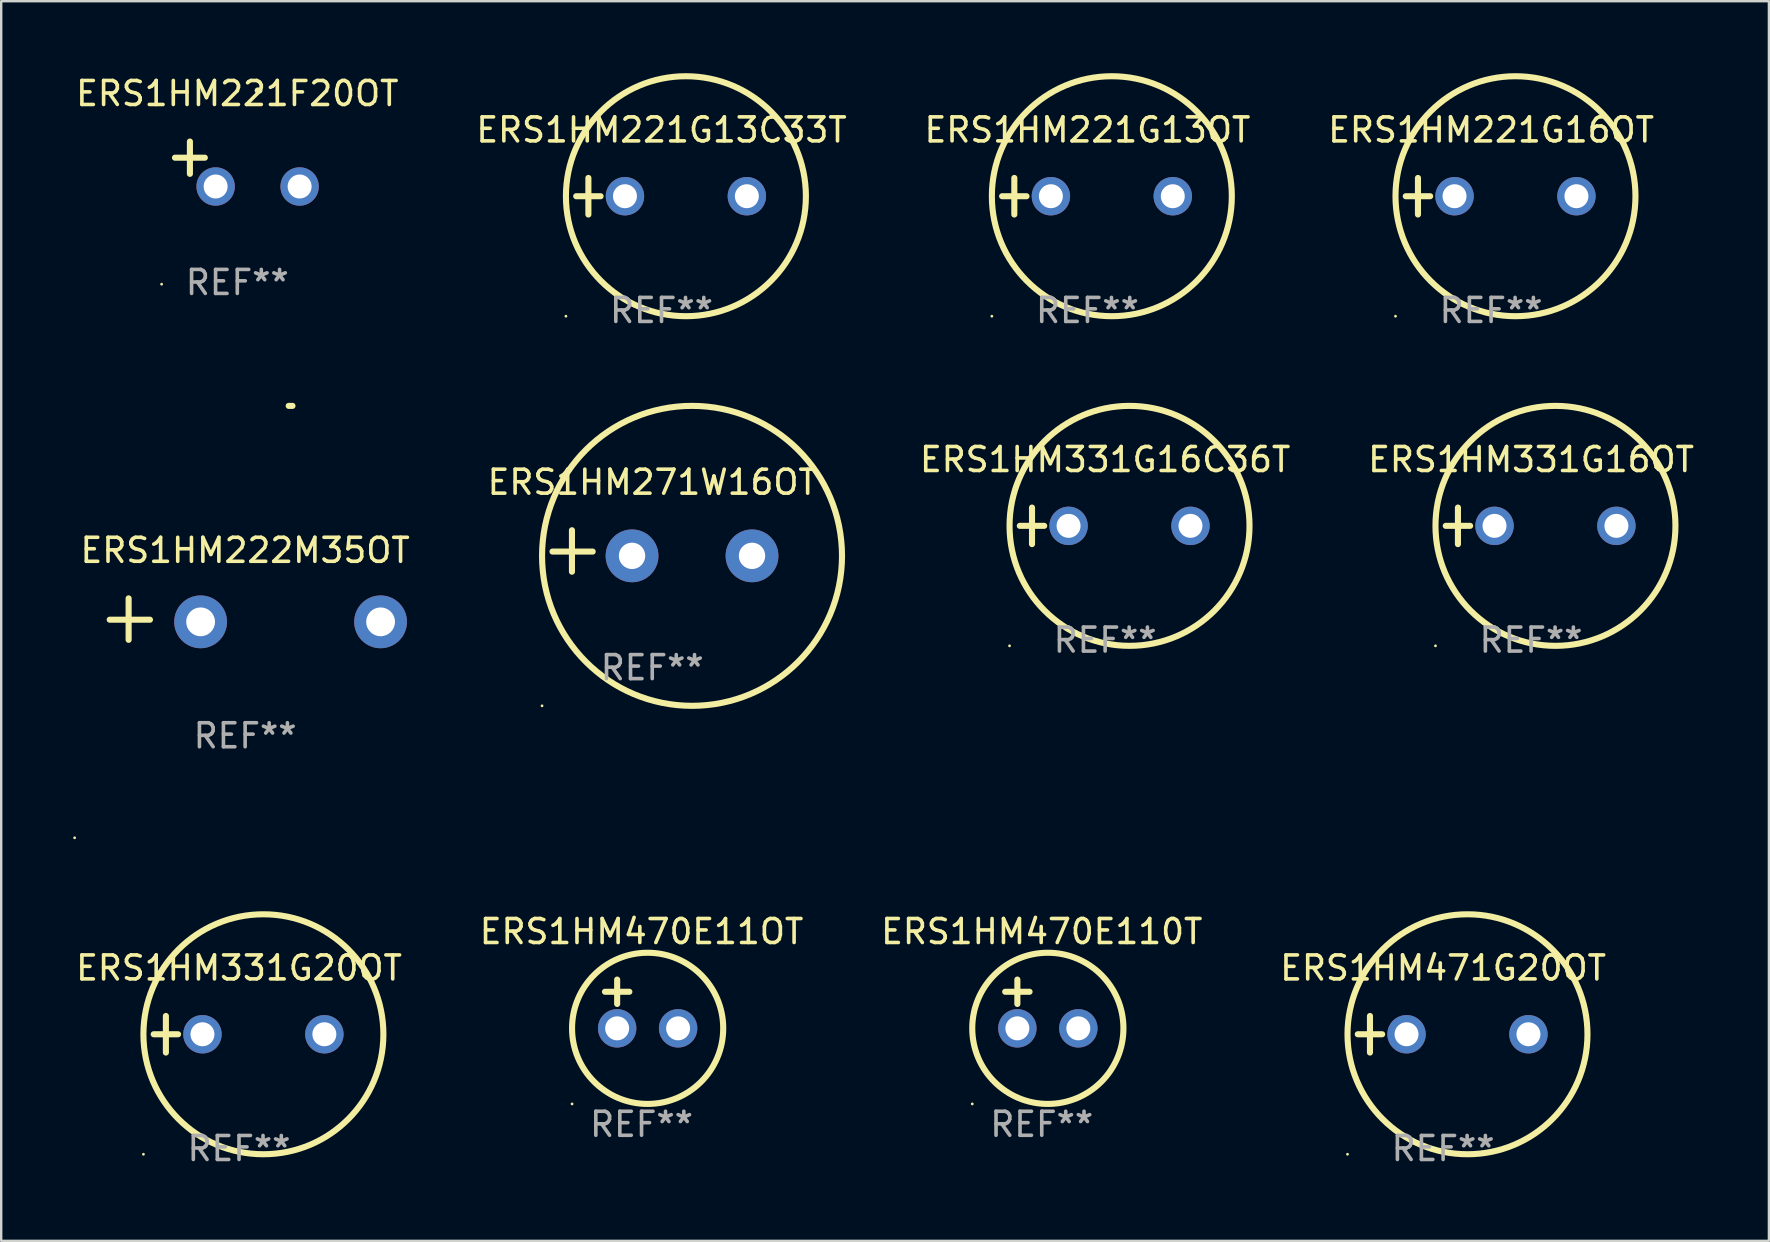
<source format=kicad_pcb>
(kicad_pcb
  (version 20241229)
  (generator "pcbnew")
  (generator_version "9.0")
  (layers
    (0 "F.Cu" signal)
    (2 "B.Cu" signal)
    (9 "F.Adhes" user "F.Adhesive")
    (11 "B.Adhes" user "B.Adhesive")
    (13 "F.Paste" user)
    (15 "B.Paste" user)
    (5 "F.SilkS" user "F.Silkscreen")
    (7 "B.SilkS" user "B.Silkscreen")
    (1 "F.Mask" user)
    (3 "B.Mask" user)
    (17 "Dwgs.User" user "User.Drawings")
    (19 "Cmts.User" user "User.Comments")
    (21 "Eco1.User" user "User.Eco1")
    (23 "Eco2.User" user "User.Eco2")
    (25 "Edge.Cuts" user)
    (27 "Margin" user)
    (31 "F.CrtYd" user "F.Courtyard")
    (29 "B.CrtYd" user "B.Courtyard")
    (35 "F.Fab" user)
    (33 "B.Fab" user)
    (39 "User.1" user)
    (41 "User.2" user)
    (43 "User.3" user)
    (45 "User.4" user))
  (footprint "ERS1HM331G20OT"
    (layer "F.Cu")
    (at 6.911 40.051)
    (property "Reference" "ERS1HM331G20OT" (at 0 -2.762 0) (layer "F.SilkS") (effects (font (size 1 1) (thickness 0.15))))
    (attr through_hole)
    (fp_line (start -3.556 0) (end -2.54 0) (stroke (width 0.254) (type solid)) (layer "F.SilkS"))
    (fp_line (start -3.048 -0.762) (end -3.048 0.762) (stroke (width 0.254) (type solid)) (layer "F.SilkS"))
    (fp_circle (center -3.984 5) (end -3.954 5) (stroke (width 0.06) (type solid)) (fill no) (layer "F.SilkS"))
    (fp_circle (center 1.016 0) (end 6.016 0) (stroke (width 0.254) (type solid)) (fill no) (layer "F.SilkS"))
    (fp_text user "REF**" (at 0 4.762 0) (layer "F.Fab") (effects (font (size 1 1) (thickness 0.15))))
    (pad "1" thru_hole circle (at -1.524 0) (size 1.6 1.6) (drill 1) (layers "*.Cu" "*.Mask"))
    (pad "2" thru_hole circle (at 3.556 0) (size 1.6 1.6) (drill 1) (layers "*.Cu" "*.Mask")))
  (footprint "ERS1HM471G20OT"
    (layer "F.Cu")
    (at 57.089 40.051)
    (property "Reference" "ERS1HM471G20OT" (at 0 -2.762 0) (layer "F.SilkS") (effects (font (size 1 1) (thickness 0.15))))
    (attr through_hole)
    (fp_line (start -3.556 0) (end -2.54 0) (stroke (width 0.254) (type solid)) (layer "F.SilkS"))
    (fp_line (start -3.048 -0.762) (end -3.048 0.762) (stroke (width 0.254) (type solid)) (layer "F.SilkS"))
    (fp_circle (center -3.984 5) (end -3.954 5) (stroke (width 0.06) (type solid)) (fill no) (layer "F.SilkS"))
    (fp_circle (center 1.016 0) (end 6.016 0) (stroke (width 0.254) (type solid)) (fill no) (layer "F.SilkS"))
    (fp_text user "REF**" (at 0 4.762 0) (layer "F.Fab") (effects (font (size 1 1) (thickness 0.15))))
    (pad "1" thru_hole circle (at -1.524 0) (size 1.6 1.6) (drill 1) (layers "*.Cu" "*.Mask"))
    (pad "2" thru_hole circle (at 3.556 0) (size 1.6 1.6) (drill 1) (layers "*.Cu" "*.Mask")))
  (footprint "ERS1HM470E11OT"
    (layer "F.Cu")
    (at 23.685 38.788)
    (property "Reference" "ERS1HM470E11OT" (at 0 -3.016 0) (layer "F.SilkS") (effects (font (size 1 1) (thickness 0.15))))
    (attr through_hole)
    (fp_line (start -1.524 -0.508) (end -0.508 -0.508) (stroke (width 0.254) (type solid)) (layer "F.SilkS"))
    (fp_line (start -1.016 -1.016) (end -1.016 0) (stroke (width 0.254) (type solid)) (layer "F.SilkS"))
    (fp_circle (center -2.896 4.166) (end -2.866 4.166) (stroke (width 0.06) (type solid)) (fill no) (layer "F.SilkS"))
    (fp_circle (center 0.254 1.016) (end 3.404 1.016) (stroke (width 0.254) (type solid)) (fill no) (layer "F.SilkS"))
    (fp_text user "REF**" (at 0 5.016 0) (layer "F.Fab") (effects (font (size 1 1) (thickness 0.15))))
    (pad "1" thru_hole circle (at -1.016 1.016) (size 1.6 1.6) (drill 1) (layers "*.Cu" "*.Mask"))
    (pad "2" thru_hole circle (at 1.524 1.016) (size 1.6 1.6) (drill 1) (layers "*.Cu" "*.Mask")))
  (footprint "ERS1HM221G13OT"
    (layer "F.Cu")
    (at 42.268 5.127)
    (property "Reference" "ERS1HM221G13OT" (at 0 -2.762 0) (layer "F.SilkS") (effects (font (size 1 1) (thickness 0.15))))
    (attr through_hole)
    (fp_line (start -3.556 0) (end -2.54 0) (stroke (width 0.254) (type solid)) (layer "F.SilkS"))
    (fp_line (start -3.048 -0.762) (end -3.048 0.762) (stroke (width 0.254) (type solid)) (layer "F.SilkS"))
    (fp_circle (center -3.984 5) (end -3.954 5) (stroke (width 0.06) (type solid)) (fill no) (layer "F.SilkS"))
    (fp_circle (center 1.016 0) (end 6.016 0) (stroke (width 0.254) (type solid)) (fill no) (layer "F.SilkS"))
    (fp_text user "REF**" (at 0 4.762 0) (layer "F.Fab") (effects (font (size 1 1) (thickness 0.15))))
    (pad "1" thru_hole circle (at -1.524 0) (size 1.6 1.6) (drill 1) (layers "*.Cu" "*.Mask"))
    (pad "2" thru_hole circle (at 3.556 0) (size 1.6 1.6) (drill 1) (layers "*.Cu" "*.Mask")))
  (footprint "ERS1HM221G13C33T"
    (layer "F.Cu")
    (at 24.518 5.127)
    (property "Reference" "ERS1HM221G13C33T" (at 0 -2.762 0) (layer "F.SilkS") (effects (font (size 1 1) (thickness 0.15))))
    (attr through_hole)
    (fp_line (start -3.556 0) (end -2.54 0) (stroke (width 0.254) (type solid)) (layer "F.SilkS"))
    (fp_line (start -3.048 -0.762) (end -3.048 0.762) (stroke (width 0.254) (type solid)) (layer "F.SilkS"))
    (fp_circle (center -3.984 5) (end -3.954 5) (stroke (width 0.06) (type solid)) (fill no) (layer "F.SilkS"))
    (fp_circle (center 1.016 0) (end 6.016 0) (stroke (width 0.254) (type solid)) (fill no) (layer "F.SilkS"))
    (fp_text user "REF**" (at 0 4.762 0) (layer "F.Fab") (effects (font (size 1 1) (thickness 0.15))))
    (pad "1" thru_hole circle (at -1.524 0) (size 1.6 1.6) (drill 1) (layers "*.Cu" "*.Mask"))
    (pad "2" thru_hole circle (at 3.556 0) (size 1.6 1.6) (drill 1) (layers "*.Cu" "*.Mask")))
  (footprint "ERS1HM331G16C36T"
    (layer "F.Cu")
    (at 43.005 18.864)
    (property "Reference" "ERS1HM331G16C36T" (at 0 -2.762 0) (layer "F.SilkS") (effects (font (size 1 1) (thickness 0.15))))
    (attr through_hole)
    (fp_line (start -3.556 0) (end -2.54 0) (stroke (width 0.254) (type solid)) (layer "F.SilkS"))
    (fp_line (start -3.048 -0.762) (end -3.048 0.762) (stroke (width 0.254) (type solid)) (layer "F.SilkS"))
    (fp_circle (center -3.984 5) (end -3.954 5) (stroke (width 0.06) (type solid)) (fill no) (layer "F.SilkS"))
    (fp_circle (center 1.016 0) (end 6.016 0) (stroke (width 0.254) (type solid)) (fill no) (layer "F.SilkS"))
    (fp_text user "REF**" (at 0 4.762 0) (layer "F.Fab") (effects (font (size 1 1) (thickness 0.15))))
    (pad "1" thru_hole circle (at -1.524 0) (size 1.6 1.6) (drill 1) (layers "*.Cu" "*.Mask"))
    (pad "2" thru_hole circle (at 3.556 0) (size 1.6 1.6) (drill 1) (layers "*.Cu" "*.Mask")))
  (footprint "ERS1HM271W16OT"
    (layer "F.Cu")
    (at 24.131 19.911)
    (property "Reference" "ERS1HM271W16OT" (at 0 -2.864 0) (layer "F.SilkS") (effects (font (size 1 1) (thickness 0.15))))
    (attr through_hole)
    (fp_line (start -3.346 0.864) (end -3.346 -0.864) (stroke (width 0.254) (type solid)) (layer "F.SilkS"))
    (fp_line (start -2.482 0.025) (end -4.158 0.025) (stroke (width 0.254) (type solid)) (layer "F.SilkS"))
    (fp_circle (center -4.592 6.453) (end -4.562 6.453) (stroke (width 0.06) (type solid)) (fill no) (layer "F.SilkS"))
    (fp_circle (center 1.658 0.203) (end 7.908 0.203) (stroke (width 0.254) (type solid)) (fill no) (layer "F.SilkS"))
    (fp_text user "REF**" (at 0 4.864 0) (layer "F.Fab") (effects (font (size 1 1) (thickness 0.15))))
    (pad "1" thru_hole circle (at -0.842 0.203) (size 2.2 2.2) (drill 1.1) (layers "*.Cu" "*.Mask"))
    (pad "2" thru_hole circle (at 4.158 0.203) (size 2.2 2.2) (drill 1.1) (layers "*.Cu" "*.Mask")))
  (footprint "ERS1HM222M35OT"
    (layer "F.Cu")
    (at 7.166 22.75)
    (property "Reference" "ERS1HM222M35OT" (at 0 -2.864 0) (layer "F.SilkS") (effects (font (size 1 1) (thickness 0.15))))
    (attr through_hole)
    (fp_line (start -4.856 0.864) (end -4.856 -0.864) (stroke (width 0.254) (type solid)) (layer "F.SilkS"))
    (fp_line (start -3.967 0.025) (end -5.644 0.025) (stroke (width 0.254) (type solid)) (layer "F.SilkS"))
    (fp_arc (start 1.815024 -8.885649) (mid 1.893764 -8.88599) (end 1.972504 -8.885649) (stroke (width 0.254001) (type solid)) (layer "F.SilkS"))
    (fp_circle (center -7.106 9.114) (end -7.076 9.114) (stroke (width 0.06) (type solid)) (fill no) (layer "F.SilkS"))
    (fp_text user "REF**" (at 0 4.864 0) (layer "F.Fab") (effects (font (size 1 1) (thickness 0.15))))
    (pad "1" thru_hole circle (at -1.856 0.114) (size 2.2 2.2) (drill 1.2) (layers "*.Cu" "*.Mask"))
    (pad "2" thru_hole circle (at 5.644 0.114) (size 2.2 2.2) (drill 1.2) (layers "*.Cu" "*.Mask")))
  (footprint "ERS1HM331G16OT"
    (layer "F.Cu")
    (at 60.755 18.864)
    (property "Reference" "ERS1HM331G16OT" (at 0 -2.762 0) (layer "F.SilkS") (effects (font (size 1 1) (thickness 0.15))))
    (attr through_hole)
    (fp_line (start -3.556 0) (end -2.54 0) (stroke (width 0.254) (type solid)) (layer "F.SilkS"))
    (fp_line (start -3.048 -0.762) (end -3.048 0.762) (stroke (width 0.254) (type solid)) (layer "F.SilkS"))
    (fp_circle (center -3.984 5) (end -3.954 5) (stroke (width 0.06) (type solid)) (fill no) (layer "F.SilkS"))
    (fp_circle (center 1.016 0) (end 6.016 0) (stroke (width 0.254) (type solid)) (fill no) (layer "F.SilkS"))
    (fp_text user "REF**" (at 0 4.762 0) (layer "F.Fab") (effects (font (size 1 1) (thickness 0.15))))
    (pad "1" thru_hole circle (at -1.524 0) (size 1.6 1.6) (drill 1) (layers "*.Cu" "*.Mask"))
    (pad "2" thru_hole circle (at 3.556 0) (size 1.6 1.6) (drill 1) (layers "*.Cu" "*.Mask")))
  (footprint "ERS1HM221F20OT"
    (layer "F.Cu")
    (at 6.839 3.785)
    (property "Reference" "ERS1HM221F20OT" (at 0 -2.937 0) (layer "F.SilkS") (effects (font (size 1 1) (thickness 0.15))))
    (attr through_hole)
    (fp_line (start -1.975 0.41) (end -1.975 -0.937) (stroke (width 0.254) (type solid)) (layer "F.SilkS"))
    (fp_line (start -1.353 -0.263) (end -2.597 -0.263) (stroke (width 0.254) (type solid)) (layer "F.SilkS"))
    (fp_arc (start 0.849809 -3.063957) (mid 0.885369 -3.064114) (end 0.920929 -3.063957) (stroke (width 0.254001) (type solid)) (layer "F.SilkS"))
    (fp_circle (center -3.154 5.008) (end -3.124 5.008) (stroke (width 0.06) (type solid)) (fill no) (layer "F.SilkS"))
    (fp_text user "REF**" (at 0 4.937 0) (layer "F.Fab") (effects (font (size 1 1) (thickness 0.15))))
    (pad "1" thru_hole circle (at -0.903 0.937) (size 1.6 1.6) (drill 1) (layers "*.Cu" "*.Mask"))
    (pad "2" thru_hole circle (at 2.597 0.937) (size 1.6 1.6) (drill 1) (layers "*.Cu" "*.Mask")))
  (footprint "ERS1HM221G16OT"
    (layer "F.Cu")
    (at 59.089 5.127)
    (property "Reference" "ERS1HM221G16OT" (at 0 -2.762 0) (layer "F.SilkS") (effects (font (size 1 1) (thickness 0.15))))
    (attr through_hole)
    (fp_line (start -3.556 0) (end -2.54 0) (stroke (width 0.254) (type solid)) (layer "F.SilkS"))
    (fp_line (start -3.048 -0.762) (end -3.048 0.762) (stroke (width 0.254) (type solid)) (layer "F.SilkS"))
    (fp_circle (center -3.984 5) (end -3.954 5) (stroke (width 0.06) (type solid)) (fill no) (layer "F.SilkS"))
    (fp_circle (center 1.016 0) (end 6.016 0) (stroke (width 0.254) (type solid)) (fill no) (layer "F.SilkS"))
    (fp_text user "REF**" (at 0 4.762 0) (layer "F.Fab") (effects (font (size 1 1) (thickness 0.15))))
    (pad "1" thru_hole circle (at -1.524 0) (size 1.6 1.6) (drill 1) (layers "*.Cu" "*.Mask"))
    (pad "2" thru_hole circle (at 3.556 0) (size 1.6 1.6) (drill 1) (layers "*.Cu" "*.Mask")))
  (footprint "ERS1HM470E110T"
    (layer "F.Cu")
    (at 40.363 38.788)
    (property "Reference" "ERS1HM470E110T" (at 0 -3.016 0) (layer "F.SilkS") (effects (font (size 1 1) (thickness 0.15))))
    (attr through_hole)
    (fp_line (start -1.524 -0.508) (end -0.508 -0.508) (stroke (width 0.254) (type solid)) (layer "F.SilkS"))
    (fp_line (start -1.016 -1.016) (end -1.016 0) (stroke (width 0.254) (type solid)) (layer "F.SilkS"))
    (fp_circle (center -2.896 4.166) (end -2.866 4.166) (stroke (width 0.06) (type solid)) (fill no) (layer "F.SilkS"))
    (fp_circle (center 0.254 1.016) (end 3.404 1.016) (stroke (width 0.254) (type solid)) (fill no) (layer "F.SilkS"))
    (fp_text user "REF**" (at 0 5.016 0) (layer "F.Fab") (effects (font (size 1 1) (thickness 0.15))))
    (pad "1" thru_hole circle (at -1.016 1.016) (size 1.6 1.6) (drill 1) (layers "*.Cu" "*.Mask"))
    (pad "2" thru_hole circle (at 1.524 1.016) (size 1.6 1.6) (drill 1) (layers "*.Cu" "*.Mask")))
  (gr_rect
    (start -3 -3)
    (end 70.666 48.661)
    (stroke (width 0.1) (type default))
    (fill no)
    (layer "Edge.Cuts")))
</source>
